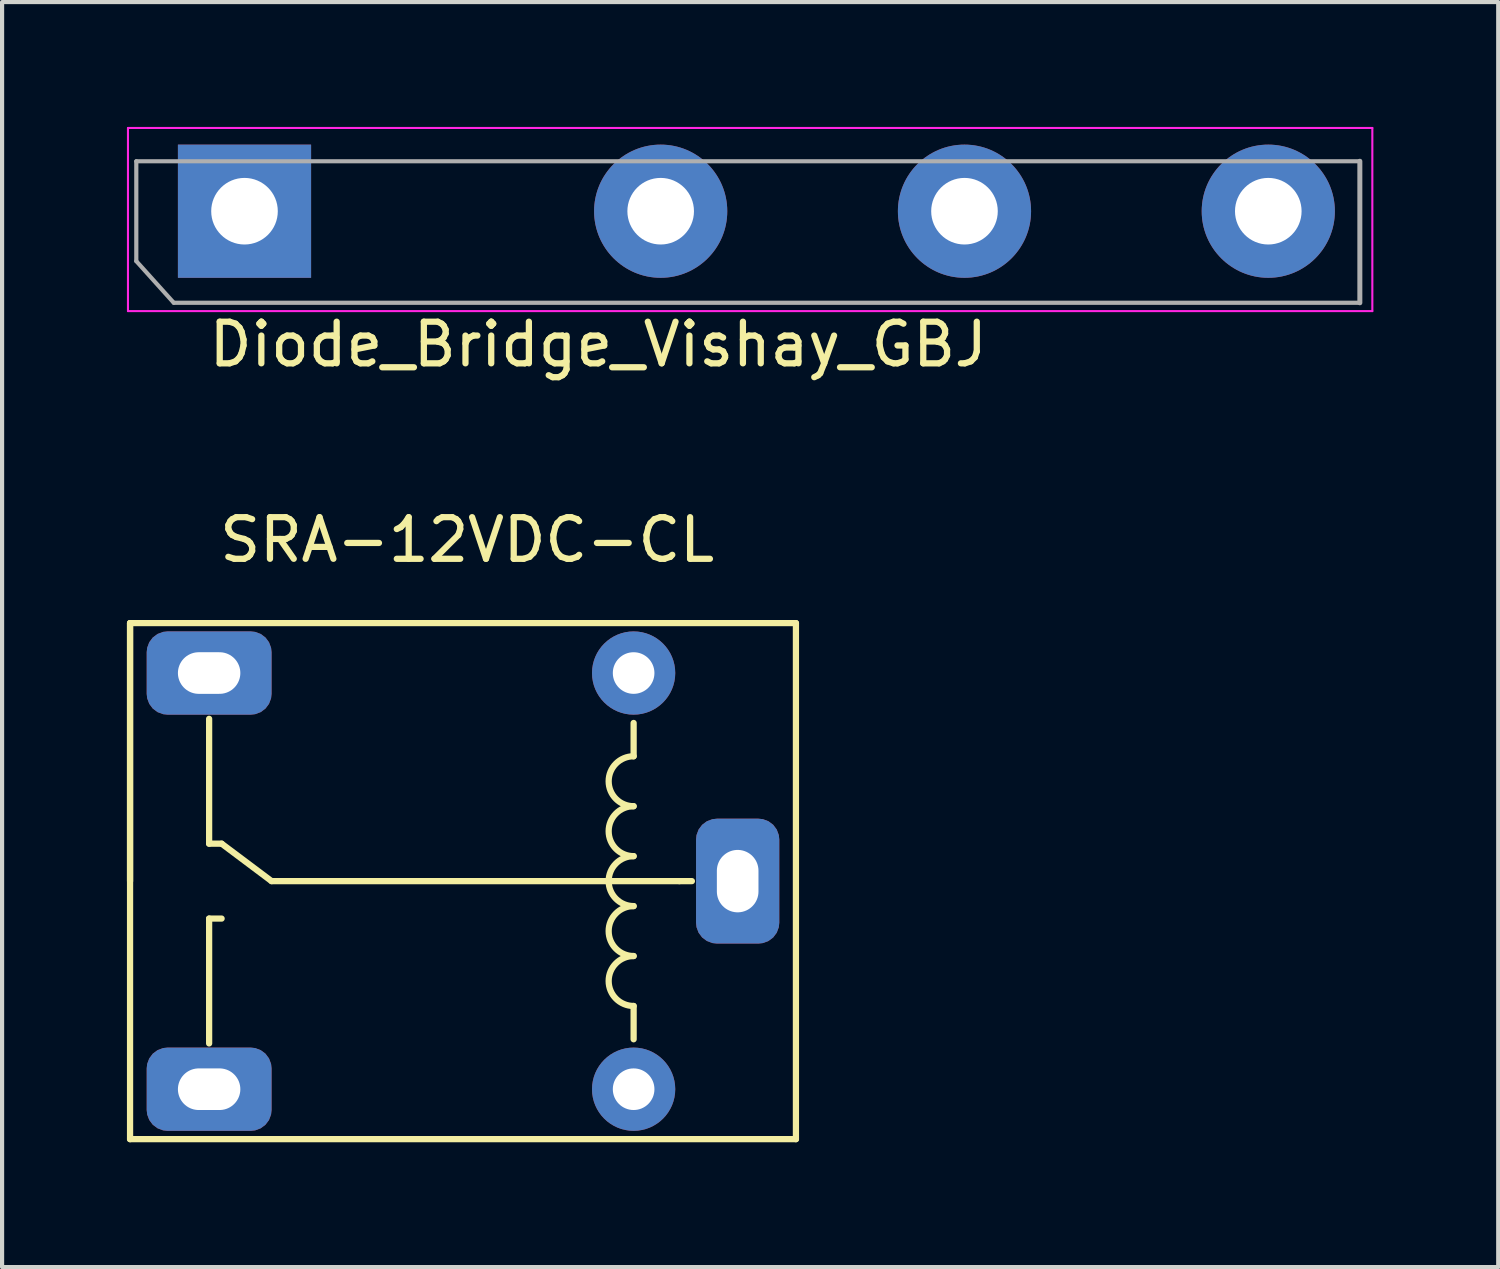
<source format=kicad_pcb>
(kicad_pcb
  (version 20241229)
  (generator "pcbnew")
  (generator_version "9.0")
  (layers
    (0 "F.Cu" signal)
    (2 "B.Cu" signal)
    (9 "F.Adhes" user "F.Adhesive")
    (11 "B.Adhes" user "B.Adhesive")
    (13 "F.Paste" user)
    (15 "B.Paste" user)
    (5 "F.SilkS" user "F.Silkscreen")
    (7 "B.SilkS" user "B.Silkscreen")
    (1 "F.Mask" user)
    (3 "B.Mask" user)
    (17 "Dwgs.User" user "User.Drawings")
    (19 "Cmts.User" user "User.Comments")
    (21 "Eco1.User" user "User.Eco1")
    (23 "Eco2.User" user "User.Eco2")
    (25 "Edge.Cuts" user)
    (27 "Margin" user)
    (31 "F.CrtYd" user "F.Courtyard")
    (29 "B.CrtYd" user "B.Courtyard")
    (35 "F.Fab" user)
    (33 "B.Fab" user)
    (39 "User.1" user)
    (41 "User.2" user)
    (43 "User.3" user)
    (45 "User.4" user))
  (footprint "Diode_Bridge_Vishay_GBJ"
    (layer "F.Cu")
    (at 3.625 1.925)
    (property "Reference" "Diode_Bridge_Vishay_GBJ" (at 7.7 3.3 180) (layer "F.SilkS") (effects (font (size 1 1) (thickness 0.15))))
    (attr through_hole)
    (fp_line (start -3.6 2.5) (end -3.6 -1.9) (stroke (width 0.05) (type solid)) (layer "F.CrtYd"))
    (fp_line (start -3.6 2.5) (end 26.3 2.5) (stroke (width 0.05) (type solid)) (layer "F.CrtYd"))
    (fp_line (start 26.3 -1.9) (end -3.6 -1.9) (stroke (width 0.05) (type solid)) (layer "F.CrtYd"))
    (fp_line (start 26.3 -1.9) (end 26.3 2.5) (stroke (width 0.05) (type solid)) (layer "F.CrtYd"))
    (fp_line (start -3.4 -1.1) (end 26 -1.1) (stroke (width 0.1) (type solid)) (layer "F.Fab"))
    (fp_line (start -3.4 1.3) (end -3.4 -1.1) (stroke (width 0.1) (type solid)) (layer "F.Fab"))
    (fp_line (start -2.5 2.3) (end -3.4 1.3) (stroke (width 0.1) (type solid)) (layer "F.Fab"))
    (fp_line (start 26 -1.1) (end 26 2.3) (stroke (width 0.12) (type solid)) (layer "F.Fab"))
    (fp_line (start 26 2.3) (end -2.5 2.3) (stroke (width 0.1) (type solid)) (layer "F.Fab"))
    (pad "1" thru_hole rect (at -0.8 0.1) (size 3.2 3.2) (drill 1.6) (layers "*.Cu" "*.Mask"))
    (pad "2" thru_hole circle (at 9.2 0.1) (size 3.2 3.2) (drill 1.6) (layers "*.Cu" "*.Mask"))
    (pad "3" thru_hole circle (at 16.5 0.1) (size 3.2 3.2) (drill 1.6) (layers "*.Cu" "*.Mask"))
    (pad "4" thru_hole circle (at 23.8 0.1) (size 3.2 3.2) (drill 1.6) (layers "*.Cu" "*.Mask")))
  (footprint "SRA-12VDC-CL"
    (layer "F.Cu")
    (at 8.075 18.122)
    (property "Reference" "SRA-12VDC-CL" (at 0.1 -8.2 0) (layer "F.SilkS") (effects (font (size 1 1) (thickness 0.15))))
    (attr through_hole)
    (fp_line (start -8 -6.2) (end -8 6.2) (stroke (width 0.15) (type solid)) (layer "F.SilkS"))
    (fp_line (start -8 0) (end -8 -6.2) (stroke (width 0.15) (type solid)) (layer "F.SilkS"))
    (fp_line (start -8 6.2) (end 8 6.2) (stroke (width 0.15) (type solid)) (layer "F.SilkS"))
    (fp_line (start -6.1 -3.9) (end -6.1 -0.9) (stroke (width 0.15) (type solid)) (layer "F.SilkS"))
    (fp_line (start -6.1 -0.9) (end -5.8 -0.9) (stroke (width 0.15) (type solid)) (layer "F.SilkS"))
    (fp_line (start -6.1 0.9) (end -5.8 0.9) (stroke (width 0.15) (type solid)) (layer "F.SilkS"))
    (fp_line (start -6.1 3.9) (end -6.1 0.9) (stroke (width 0.15) (type solid)) (layer "F.SilkS"))
    (fp_line (start -4.6 0) (end -5.8 -0.9) (stroke (width 0.15) (type solid)) (layer "F.SilkS"))
    (fp_line (start 4.1 -3) (end 4.1 -3.8) (stroke (width 0.15) (type solid)) (layer "F.SilkS"))
    (fp_line (start 4.1 3) (end 4.1 3.8) (stroke (width 0.15) (type solid)) (layer "F.SilkS"))
    (fp_line (start 5.2 0) (end -4.6 0) (stroke (width 0.15) (type solid)) (layer "F.SilkS"))
    (fp_line (start 5.2 0) (end 5.5 0) (stroke (width 0.15) (type solid)) (layer "F.SilkS"))
    (fp_line (start 8 -6.2) (end -8 -6.2) (stroke (width 0.15) (type solid)) (layer "F.SilkS"))
    (fp_line (start 8 6.2) (end 8 -6.2) (stroke (width 0.15) (type solid)) (layer "F.SilkS"))
    (fp_arc (start 4.1 -1.8) (mid 3.5 -2.4) (end 4.1 -3) (stroke (width 0.15) (type solid)) (layer "F.SilkS"))
    (fp_arc (start 4.1 -0.6) (mid 3.5 -1.2) (end 4.1 -1.8) (stroke (width 0.15) (type solid)) (layer "F.SilkS"))
    (fp_arc (start 4.1 0.6) (mid 3.5 0) (end 4.1 -0.6) (stroke (width 0.15) (type solid)) (layer "F.SilkS"))
    (fp_arc (start 4.1 1.8) (mid 3.5 1.2) (end 4.1 0.6) (stroke (width 0.15) (type solid)) (layer "F.SilkS"))
    (fp_arc (start 4.1 3) (mid 3.5 2.4) (end 4.1 1.8) (stroke (width 0.15) (type solid)) (layer "F.SilkS"))
    (pad "1" thru_hole roundrect (at -6.1 -5) (size 3 2) (drill oval 1.5 1) (layers "*.Cu" "*.Mask") (roundrect_rratio 0.25))
    (pad "2" thru_hole roundrect (at -6.1 5) (size 3 2) (drill oval 1.5 1) (layers "*.Cu" "*.Mask") (roundrect_rratio 0.25))
    (pad "3" thru_hole roundrect (at 6.6 0) (size 2 3) (drill oval 1 1.5) (layers "*.Cu" "*.Mask") (roundrect_rratio 0.25))
    (pad "4" thru_hole circle (at 4.1 -5) (size 2 2) (drill 1) (layers "*.Cu" "*.Mask"))
    (pad "5" thru_hole circle (at 4.1 5) (size 2 2) (drill 1) (layers "*.Cu" "*.Mask")))
  (gr_rect
    (start -3 -3)
    (end 32.95 27.396)
    (stroke (width 0.1) (type default))
    (fill no)
    (layer "Edge.Cuts")))
</source>
